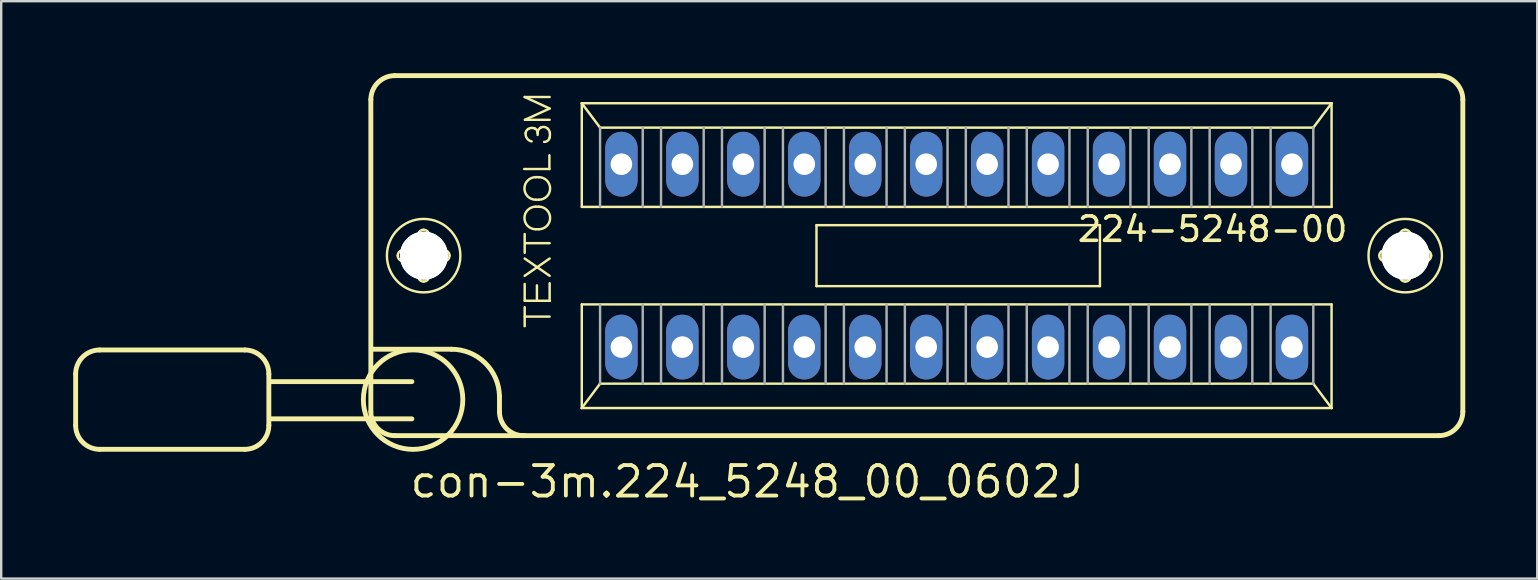
<source format=kicad_pcb>
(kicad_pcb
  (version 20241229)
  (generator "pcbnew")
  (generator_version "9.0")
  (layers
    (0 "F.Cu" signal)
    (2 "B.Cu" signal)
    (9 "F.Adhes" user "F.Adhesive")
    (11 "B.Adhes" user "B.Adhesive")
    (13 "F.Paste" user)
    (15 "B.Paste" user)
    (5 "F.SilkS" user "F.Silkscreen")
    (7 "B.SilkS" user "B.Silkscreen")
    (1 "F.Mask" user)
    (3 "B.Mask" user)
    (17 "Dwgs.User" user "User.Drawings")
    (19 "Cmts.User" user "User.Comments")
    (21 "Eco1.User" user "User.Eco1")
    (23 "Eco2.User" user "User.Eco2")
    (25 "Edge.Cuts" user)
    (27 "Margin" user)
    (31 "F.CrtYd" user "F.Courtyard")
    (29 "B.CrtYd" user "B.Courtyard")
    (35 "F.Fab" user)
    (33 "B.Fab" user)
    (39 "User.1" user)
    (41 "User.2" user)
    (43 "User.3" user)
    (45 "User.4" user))
  (footprint "con-3m.224_5248_00_0602J"
    (layer "F.Cu")
    (at 36.812 7.602)
    (property "Reference" "con-3m.224_5248_00_0602J" (at -22.86 10.16 0) (layer "F.SilkS") (effects (font (size 1.27 1.27) (thickness 0.16)) (justify left bottom)))
    (attr through_hole)
    (fp_line (start -36.71 4.93) (end -36.71 7.07) (stroke (width 0.203) (type default)) (layer "F.SilkS"))
    (fp_line (start -35.71 3.93) (end -29.66 3.93) (stroke (width 0.203) (type default)) (layer "F.SilkS"))
    (fp_line (start -29.66 8.07) (end -35.71 8.07) (stroke (width 0.203) (type default)) (layer "F.SilkS"))
    (fp_line (start -28.66 4.93) (end -28.66 7.07) (stroke (width 0.203) (type default)) (layer "F.SilkS"))
    (fp_line (start -24.41 6.5) (end -24.41 -6.5) (stroke (width 0.203) (type default)) (layer "F.SilkS"))
    (fp_line (start -24.3 3.9) (end -21.05 3.9) (stroke (width 0.203) (type default)) (layer "F.SilkS"))
    (fp_line (start -23.41 -7.5) (end 20.09 -7.5) (stroke (width 0.203) (type default)) (layer "F.SilkS"))
    (fp_line (start -23.06 -0.23) (end -22.51 -0.23) (stroke (width 0.102) (type default)) (layer "F.SilkS"))
    (fp_line (start -22.7 5.25) (end -28.61 5.25) (stroke (width 0.203) (type default)) (layer "F.SilkS"))
    (fp_line (start -22.7 6.8) (end -28.61 6.8) (stroke (width 0.203) (type default)) (layer "F.SilkS"))
    (fp_line (start -22.52 0.23) (end -23.06 0.23) (stroke (width 0.102) (type default)) (layer "F.SilkS"))
    (fp_line (start -22.44 -0.31) (end -22.44 -0.85) (stroke (width 0.102) (type default)) (layer "F.SilkS"))
    (fp_line (start -22.44 0.85) (end -22.44 0.3) (stroke (width 0.102) (type default)) (layer "F.SilkS"))
    (fp_line (start -21.98 -0.85) (end -21.98 -0.3) (stroke (width 0.102) (type default)) (layer "F.SilkS"))
    (fp_line (start -21.98 0.31) (end -21.98 0.85) (stroke (width 0.102) (type default)) (layer "F.SilkS"))
    (fp_line (start -21.9 -0.23) (end -21.36 -0.23) (stroke (width 0.102) (type default)) (layer "F.SilkS"))
    (fp_line (start -21.36 0.23) (end -21.91 0.23) (stroke (width 0.102) (type default)) (layer "F.SilkS"))
    (fp_line (start -19.05 5.85) (end -19.05 6.5) (stroke (width 0.203) (type default)) (layer "F.SilkS"))
    (fp_line (start -18.02 -3.61) (end -16.97 -3.61) (stroke (width 0.102) (type default)) (layer "F.SilkS"))
    (fp_line (start -18 -6.61) (end -16.96 -6.61) (stroke (width 0.102) (type default)) (layer "F.SilkS"))
    (fp_line (start -18 -0.12) (end -18 -0.9) (stroke (width 0.102) (type default)) (layer "F.SilkS"))
    (fp_line (start -18 0.12) (end -16.96 0.84) (stroke (width 0.102) (type default)) (layer "F.SilkS"))
    (fp_line (start -18 0.84) (end -16.96 0.12) (stroke (width 0.102) (type default)) (layer "F.SilkS"))
    (fp_line (start -18 1.18) (end -18 1.88) (stroke (width 0.102) (type default)) (layer "F.SilkS"))
    (fp_line (start -18 1.88) (end -16.96 1.88) (stroke (width 0.102) (type default)) (layer "F.SilkS"))
    (fp_line (start -18 2.94) (end -18 2.15) (stroke (width 0.102) (type default)) (layer "F.SilkS"))
    (fp_line (start -17.99 -5.66) (end -16.96 -6.13) (stroke (width 0.102) (type default)) (layer "F.SilkS"))
    (fp_line (start -17.99 2.54) (end -16.96 2.54) (stroke (width 0.102) (type default)) (layer "F.SilkS"))
    (fp_line (start -17.98 -0.52) (end -16.96 -0.52) (stroke (width 0.102) (type default)) (layer "F.SilkS"))
    (fp_line (start -17.54 -3.27) (end -17.41 -3.27) (stroke (width 0.102) (type default)) (layer "F.SilkS"))
    (fp_line (start -17.54 -2.33) (end -17.41 -2.33) (stroke (width 0.102) (type default)) (layer "F.SilkS"))
    (fp_line (start -17.54 -2.04) (end -17.41 -2.04) (stroke (width 0.102) (type default)) (layer "F.SilkS"))
    (fp_line (start -17.54 -1.1) (end -17.41 -1.1) (stroke (width 0.102) (type default)) (layer "F.SilkS"))
    (fp_line (start -17.49 1.24) (end -17.49 1.84) (stroke (width 0.102) (type default)) (layer "F.SilkS"))
    (fp_line (start -17.46 -5.03) (end -17.46 -5.12) (stroke (width 0.102) (type default)) (layer "F.SilkS"))
    (fp_line (start -16.97 -3.61) (end -16.97 -4.18) (stroke (width 0.102) (type default)) (layer "F.SilkS"))
    (fp_line (start -16.96 -6.13) (end -18 -6.61) (stroke (width 0.102) (type default)) (layer "F.SilkS"))
    (fp_line (start -16.96 -5.66) (end -17.99 -5.66) (stroke (width 0.102) (type default)) (layer "F.SilkS"))
    (fp_line (start -16.96 1.88) (end -16.96 1.15) (stroke (width 0.102) (type default)) (layer "F.SilkS"))
    (fp_line (start -15.621 -6.35) (end 15.621 -6.35) (stroke (width 0.102) (type default)) (layer "F.SilkS"))
    (fp_line (start -15.621 -2.032) (end -15.621 -6.35) (stroke (width 0.102) (type default)) (layer "F.SilkS"))
    (fp_line (start -15.621 2.032) (end 15.621 2.032) (stroke (width 0.102) (type default)) (layer "F.SilkS"))
    (fp_line (start -15.621 6.35) (end -15.621 2.032) (stroke (width 0.102) (type default)) (layer "F.SilkS"))
    (fp_line (start -15.621 6.35) (end -14.859 5.334) (stroke (width 0.102) (type default)) (layer "F.SilkS"))
    (fp_line (start -14.859 -5.334) (end -15.621 -6.35) (stroke (width 0.102) (type default)) (layer "F.SilkS"))
    (fp_line (start -14.859 5.334) (end 14.859 5.334) (stroke (width 0.102) (type default)) (layer "F.SilkS"))
    (fp_line (start -5.842 -1.27) (end 5.969 -1.27) (stroke (width 0.102) (type default)) (layer "F.SilkS"))
    (fp_line (start -5.842 1.27) (end -5.842 -1.27) (stroke (width 0.102) (type default)) (layer "F.SilkS"))
    (fp_line (start 5.969 -1.27) (end 5.969 1.27) (stroke (width 0.102) (type default)) (layer "F.SilkS"))
    (fp_line (start 5.969 1.27) (end -5.842 1.27) (stroke (width 0.102) (type default)) (layer "F.SilkS"))
    (fp_line (start 14.859 -5.334) (end -14.859 -5.334) (stroke (width 0.102) (type default)) (layer "F.SilkS"))
    (fp_line (start 14.859 5.334) (end 15.621 6.35) (stroke (width 0.102) (type default)) (layer "F.SilkS"))
    (fp_line (start 15.621 -6.35) (end 14.859 -5.334) (stroke (width 0.102) (type default)) (layer "F.SilkS"))
    (fp_line (start 15.621 -6.35) (end 15.621 -2.032) (stroke (width 0.102) (type default)) (layer "F.SilkS"))
    (fp_line (start 15.621 -2.032) (end -15.621 -2.032) (stroke (width 0.102) (type default)) (layer "F.SilkS"))
    (fp_line (start 15.621 2.032) (end 15.621 6.35) (stroke (width 0.102) (type default)) (layer "F.SilkS"))
    (fp_line (start 15.621 6.35) (end -15.621 6.35) (stroke (width 0.102) (type default)) (layer "F.SilkS"))
    (fp_line (start 17.84 -0.23) (end 18.39 -0.23) (stroke (width 0.102) (type default)) (layer "F.SilkS"))
    (fp_line (start 18.38 0.23) (end 17.84 0.23) (stroke (width 0.102) (type default)) (layer "F.SilkS"))
    (fp_line (start 18.46 -0.31) (end 18.46 -0.85) (stroke (width 0.102) (type default)) (layer "F.SilkS"))
    (fp_line (start 18.46 0.85) (end 18.46 0.3) (stroke (width 0.102) (type default)) (layer "F.SilkS"))
    (fp_line (start 18.92 -0.85) (end 18.92 -0.3) (stroke (width 0.102) (type default)) (layer "F.SilkS"))
    (fp_line (start 18.92 0.31) (end 18.92 0.85) (stroke (width 0.102) (type default)) (layer "F.SilkS"))
    (fp_line (start 19 -0.23) (end 19.54 -0.23) (stroke (width 0.102) (type default)) (layer "F.SilkS"))
    (fp_line (start 19.54 0.23) (end 18.99 0.23) (stroke (width 0.102) (type default)) (layer "F.SilkS"))
    (fp_line (start 20.09 7.5) (end -23.41 7.5) (stroke (width 0.203) (type default)) (layer "F.SilkS"))
    (fp_line (start 21.09 -6.5) (end 21.09 6.5) (stroke (width 0.203) (type default)) (layer "F.SilkS"))
    (fp_arc (start -36.71 4.93) (mid -36.417107 4.222893) (end -35.71 3.93) (stroke (width 0.2032) (type default)) (layer "F.SilkS"))
    (fp_arc (start -35.71 8.07) (mid -36.417107 7.777107) (end -36.71 7.07) (stroke (width 0.2032) (type default)) (layer "F.SilkS"))
    (fp_arc (start -29.66 3.93) (mid -28.952893 4.222893) (end -28.66 4.93) (stroke (width 0.2032) (type default)) (layer "F.SilkS"))
    (fp_arc (start -28.66 7.07) (mid -28.952893 7.777107) (end -29.66 8.07) (stroke (width 0.2032) (type default)) (layer "F.SilkS"))
    (fp_arc (start -24.41 -6.5) (mid -24.117107 -7.207107) (end -23.41 -7.5) (stroke (width 0.2032) (type default)) (layer "F.SilkS"))
    (fp_arc (start -23.41 7.5) (mid -24.117107 7.207107) (end -24.41 6.5) (stroke (width 0.2032) (type default)) (layer "F.SilkS"))
    (fp_arc (start -23.29 0) (mid -23.222635 -0.162635) (end -23.06 -0.23) (stroke (width 0.1016) (type default)) (layer "F.SilkS"))
    (fp_arc (start -23.06 0.23) (mid -23.222635 0.162635) (end -23.29 0) (stroke (width 0.1016) (type default)) (layer "F.SilkS"))
    (fp_arc (start -22.52 0.23) (mid -22.470503 0.250503) (end -22.45 0.3) (stroke (width 0.1016) (type default)) (layer "F.SilkS"))
    (fp_arc (start -22.44 -0.85) (mid -22.372635 -1.012635) (end -22.21 -1.08) (stroke (width 0.1016) (type default)) (layer "F.SilkS"))
    (fp_arc (start -22.44 -0.3) (mid -22.460503 -0.250503) (end -22.51 -0.23) (stroke (width 0.1016) (type default)) (layer "F.SilkS"))
    (fp_arc (start -22.21 -1.08) (mid -22.047365 -1.012635) (end -21.98 -0.85) (stroke (width 0.1016) (type default)) (layer "F.SilkS"))
    (fp_arc (start -22.21 1.08) (mid -22.372635 1.012635) (end -22.44 0.85) (stroke (width 0.1016) (type default)) (layer "F.SilkS"))
    (fp_arc (start -21.98 0.3) (mid -21.959497 0.250503) (end -21.91 0.23) (stroke (width 0.1016) (type default)) (layer "F.SilkS"))
    (fp_arc (start -21.98 0.85) (mid -22.047365 1.012635) (end -22.21 1.08) (stroke (width 0.1016) (type default)) (layer "F.SilkS"))
    (fp_arc (start -21.91 -0.23) (mid -21.959497 -0.250503) (end -21.98 -0.3) (stroke (width 0.1016) (type default)) (layer "F.SilkS"))
    (fp_arc (start -21.36 -0.23) (mid -21.197365 -0.162635) (end -21.13 0) (stroke (width 0.1016) (type default)) (layer "F.SilkS"))
    (fp_arc (start -21.13 0) (mid -21.197365 0.162635) (end -21.36 0.23) (stroke (width 0.1016) (type default)) (layer "F.SilkS"))
    (fp_arc (start -21.05 3.9) (mid -19.653341 4.46817) (end -19.05 5.85) (stroke (width 0.2032) (type default)) (layer "F.SilkS"))
    (fp_arc (start -18 7.5) (mid -18.739286 7.225) (end -19.05 6.5) (stroke (width 0.2032) (type default)) (layer "F.SilkS"))
    (fp_arc (start -17.96 -5.11) (mid -17.924621 -5.207696) (end -17.85 -5.28) (stroke (width 0.1016) (type default)) (layer "F.SilkS"))
    (fp_arc (start -17.85 -5.28) (mid -17.717382 -5.322157) (end -17.58 -5.3) (stroke (width 0.1016) (type default)) (layer "F.SilkS"))
    (fp_arc (start -17.71 -4.76) (mid -17.90297 -4.88645) (end -17.96 -5.11) (stroke (width 0.1016) (type default)) (layer "F.SilkS"))
    (fp_arc (start -17.58 -5.3) (mid -17.49275 -5.228167) (end -17.46 -5.12) (stroke (width 0.1016) (type default)) (layer "F.SilkS"))
    (fp_arc (start -17.54 -2.33) (mid -18.01 -2.8) (end -17.54 -3.27) (stroke (width 0.1016) (type default)) (layer "F.SilkS"))
    (fp_arc (start -17.54 -1.1) (mid -18.01 -1.57) (end -17.54 -2.04) (stroke (width 0.1016) (type default)) (layer "F.SilkS"))
    (fp_arc (start -17.46 -5.12) (mid -17.427891 -5.240938) (end -17.34 -5.33) (stroke (width 0.1016) (type default)) (layer "F.SilkS"))
    (fp_arc (start -17.41 -3.27) (mid -16.94 -2.8) (end -17.41 -2.33) (stroke (width 0.1016) (type default)) (layer "F.SilkS"))
    (fp_arc (start -17.41 -2.04) (mid -16.94 -1.57) (end -17.41 -1.1) (stroke (width 0.1016) (type default)) (layer "F.SilkS"))
    (fp_arc (start -17.34 -5.33) (mid -17.196886 -5.363595) (end -17.06 -5.31) (stroke (width 0.1016) (type default)) (layer "F.SilkS"))
    (fp_arc (start -17.06 -5.31) (mid -16.985084 -5.220954) (end -16.95 -5.11) (stroke (width 0.1016) (type default)) (layer "F.SilkS"))
    (fp_arc (start -16.96 -4.92) (mid -17.042524 -4.788503) (end -17.19 -4.74) (stroke (width 0.1016) (type default)) (layer "F.SilkS"))
    (fp_arc (start -16.95 -5.11) (mid -16.947277 -5.014594) (end -16.96 -4.92) (stroke (width 0.1016) (type default)) (layer "F.SilkS"))
    (fp_arc (start 17.61 0) (mid 17.677365 -0.162635) (end 17.84 -0.23) (stroke (width 0.1016) (type default)) (layer "F.SilkS"))
    (fp_arc (start 17.84 0.23) (mid 17.677365 0.162635) (end 17.61 0) (stroke (width 0.1016) (type default)) (layer "F.SilkS"))
    (fp_arc (start 18.38 0.23) (mid 18.429497 0.250503) (end 18.45 0.3) (stroke (width 0.1016) (type default)) (layer "F.SilkS"))
    (fp_arc (start 18.46 -0.85) (mid 18.527365 -1.012635) (end 18.69 -1.08) (stroke (width 0.1016) (type default)) (layer "F.SilkS"))
    (fp_arc (start 18.46 -0.3) (mid 18.439497 -0.250503) (end 18.39 -0.23) (stroke (width 0.1016) (type default)) (layer "F.SilkS"))
    (fp_arc (start 18.69 -1.08) (mid 18.852635 -1.012635) (end 18.92 -0.85) (stroke (width 0.1016) (type default)) (layer "F.SilkS"))
    (fp_arc (start 18.69 1.08) (mid 18.527365 1.012635) (end 18.46 0.85) (stroke (width 0.1016) (type default)) (layer "F.SilkS"))
    (fp_arc (start 18.92 0.3) (mid 18.940503 0.250503) (end 18.99 0.23) (stroke (width 0.1016) (type default)) (layer "F.SilkS"))
    (fp_arc (start 18.92 0.85) (mid 18.852635 1.012635) (end 18.69 1.08) (stroke (width 0.1016) (type default)) (layer "F.SilkS"))
    (fp_arc (start 18.99 -0.23) (mid 18.940503 -0.250503) (end 18.92 -0.3) (stroke (width 0.1016) (type default)) (layer "F.SilkS"))
    (fp_arc (start 19.54 -0.23) (mid 19.702635 -0.162635) (end 19.77 0) (stroke (width 0.1016) (type default)) (layer "F.SilkS"))
    (fp_arc (start 19.77 0) (mid 19.702635 0.162635) (end 19.54 0.23) (stroke (width 0.1016) (type default)) (layer "F.SilkS"))
    (fp_arc (start 20.09 -7.5) (mid 20.797107 -7.207107) (end 21.09 -6.5) (stroke (width 0.2032) (type default)) (layer "F.SilkS"))
    (fp_arc (start 21.09 6.5) (mid 20.797107 7.207107) (end 20.09 7.5) (stroke (width 0.2032) (type default)) (layer "F.SilkS"))
    (fp_circle (center -22.65 6) (end -20.578 6) (stroke (width 0.203) (type default)) (fill no) (layer "F.SilkS"))
    (fp_circle (center -22.21 0) (end -20.68 0) (stroke (width 0.102) (type default)) (fill no) (layer "F.SilkS"))
    (fp_circle (center 18.69 0) (end 20.22 0) (stroke (width 0.102) (type default)) (fill no) (layer "F.SilkS"))
    (fp_line (start -14.859 -5.334) (end -14.859 -2.032) (stroke (width 0.102) (type default)) (layer "F.Fab"))
    (fp_line (start -14.859 2.032) (end -14.859 5.334) (stroke (width 0.102) (type default)) (layer "F.Fab"))
    (fp_line (start -13.081 -2.032) (end -13.081 -5.334) (stroke (width 0.102) (type default)) (layer "F.Fab"))
    (fp_line (start -13.081 2.032) (end -13.081 5.334) (stroke (width 0.102) (type default)) (layer "F.Fab"))
    (fp_line (start -12.319 -2.032) (end -12.319 -5.334) (stroke (width 0.102) (type default)) (layer "F.Fab"))
    (fp_line (start -12.319 2.032) (end -12.319 5.334) (stroke (width 0.102) (type default)) (layer "F.Fab"))
    (fp_line (start -10.541 -2.032) (end -10.541 -5.334) (stroke (width 0.102) (type default)) (layer "F.Fab"))
    (fp_line (start -10.541 2.032) (end -10.541 5.334) (stroke (width 0.102) (type default)) (layer "F.Fab"))
    (fp_line (start -9.779 -2.032) (end -9.779 -5.334) (stroke (width 0.102) (type default)) (layer "F.Fab"))
    (fp_line (start -9.779 2.032) (end -9.779 5.334) (stroke (width 0.102) (type default)) (layer "F.Fab"))
    (fp_line (start -8.001 -2.032) (end -8.001 -5.334) (stroke (width 0.102) (type default)) (layer "F.Fab"))
    (fp_line (start -8.001 2.032) (end -8.001 5.334) (stroke (width 0.102) (type default)) (layer "F.Fab"))
    (fp_line (start -7.239 -2.032) (end -7.239 -5.334) (stroke (width 0.102) (type default)) (layer "F.Fab"))
    (fp_line (start -7.239 2.032) (end -7.239 5.334) (stroke (width 0.102) (type default)) (layer "F.Fab"))
    (fp_line (start -5.461 -2.032) (end -5.461 -5.334) (stroke (width 0.102) (type default)) (layer "F.Fab"))
    (fp_line (start -5.461 2.032) (end -5.461 5.334) (stroke (width 0.102) (type default)) (layer "F.Fab"))
    (fp_line (start -4.699 -2.032) (end -4.699 -5.334) (stroke (width 0.102) (type default)) (layer "F.Fab"))
    (fp_line (start -4.699 2.032) (end -4.699 5.334) (stroke (width 0.102) (type default)) (layer "F.Fab"))
    (fp_line (start -2.921 -2.032) (end -2.921 -5.334) (stroke (width 0.102) (type default)) (layer "F.Fab"))
    (fp_line (start -2.921 2.032) (end -2.921 5.334) (stroke (width 0.102) (type default)) (layer "F.Fab"))
    (fp_line (start -2.159 -2.032) (end -2.159 -5.334) (stroke (width 0.102) (type default)) (layer "F.Fab"))
    (fp_line (start -2.159 2.032) (end -2.159 5.334) (stroke (width 0.102) (type default)) (layer "F.Fab"))
    (fp_line (start -0.381 -2.032) (end -0.381 -5.334) (stroke (width 0.102) (type default)) (layer "F.Fab"))
    (fp_line (start -0.381 2.032) (end -0.381 5.334) (stroke (width 0.102) (type default)) (layer "F.Fab"))
    (fp_line (start 0.381 -2.032) (end 0.381 -5.334) (stroke (width 0.102) (type default)) (layer "F.Fab"))
    (fp_line (start 0.381 2.032) (end 0.381 5.334) (stroke (width 0.102) (type default)) (layer "F.Fab"))
    (fp_line (start 2.159 -2.032) (end 2.159 -5.334) (stroke (width 0.102) (type default)) (layer "F.Fab"))
    (fp_line (start 2.159 2.032) (end 2.159 5.334) (stroke (width 0.102) (type default)) (layer "F.Fab"))
    (fp_line (start 2.921 -2.032) (end 2.921 -5.334) (stroke (width 0.102) (type default)) (layer "F.Fab"))
    (fp_line (start 2.921 2.032) (end 2.921 5.334) (stroke (width 0.102) (type default)) (layer "F.Fab"))
    (fp_line (start 4.699 -2.032) (end 4.699 -5.334) (stroke (width 0.102) (type default)) (layer "F.Fab"))
    (fp_line (start 4.699 2.032) (end 4.699 5.334) (stroke (width 0.102) (type default)) (layer "F.Fab"))
    (fp_line (start 5.461 -2.032) (end 5.461 -5.334) (stroke (width 0.102) (type default)) (layer "F.Fab"))
    (fp_line (start 5.461 2.032) (end 5.461 5.334) (stroke (width 0.102) (type default)) (layer "F.Fab"))
    (fp_line (start 7.239 -2.032) (end 7.239 -5.334) (stroke (width 0.102) (type default)) (layer "F.Fab"))
    (fp_line (start 7.239 2.032) (end 7.239 5.334) (stroke (width 0.102) (type default)) (layer "F.Fab"))
    (fp_line (start 8.001 -2.032) (end 8.001 -5.334) (stroke (width 0.102) (type default)) (layer "F.Fab"))
    (fp_line (start 8.001 2.032) (end 8.001 5.334) (stroke (width 0.102) (type default)) (layer "F.Fab"))
    (fp_line (start 9.779 -2.032) (end 9.779 -5.334) (stroke (width 0.102) (type default)) (layer "F.Fab"))
    (fp_line (start 9.779 2.032) (end 9.779 5.334) (stroke (width 0.102) (type default)) (layer "F.Fab"))
    (fp_line (start 10.541 -2.032) (end 10.541 -5.334) (stroke (width 0.102) (type default)) (layer "F.Fab"))
    (fp_line (start 10.541 2.032) (end 10.541 5.334) (stroke (width 0.102) (type default)) (layer "F.Fab"))
    (fp_line (start 12.319 -2.032) (end 12.319 -5.334) (stroke (width 0.102) (type default)) (layer "F.Fab"))
    (fp_line (start 12.319 2.032) (end 12.319 5.334) (stroke (width 0.102) (type default)) (layer "F.Fab"))
    (fp_line (start 13.081 -2.032) (end 13.081 -5.334) (stroke (width 0.102) (type default)) (layer "F.Fab"))
    (fp_line (start 13.081 2.032) (end 13.081 5.334) (stroke (width 0.102) (type default)) (layer "F.Fab"))
    (fp_line (start 14.859 -2.032) (end 14.859 -5.334) (stroke (width 0.102) (type default)) (layer "F.Fab"))
    (fp_line (start 14.859 5.334) (end 14.859 2.032) (stroke (width 0.102) (type default)) (layer "F.Fab"))
    (fp_text user "224-5248-00" (at 4.953 -0.508 180) (layer "F.SilkS") (effects (font (size 1.016 1.016) (thickness 0.15)) (justify left bottom)))
    (pad "" np_thru_hole circle (at -22.2 0) (size 2 2) (drill 2) (layers "*.Cu" "*.Mask"))
    (pad "" np_thru_hole circle (at -22.2 0) (size 2 2) (drill 2) (layers "*.Cu" "*.Mask"))
    (pad "" np_thru_hole circle (at 18.7 0) (size 2 2) (drill 2) (layers "*.Cu" "*.Mask"))
    (pad "" np_thru_hole circle (at 18.7 0) (size 2 2) (drill 2) (layers "*.Cu" "*.Mask"))
    (pad "1" thru_hole oval (at -13.97 3.81 90) (size 2.7 1.35) (drill 0.9) (layers "*.Cu" "*.Mask"))
    (pad "2" thru_hole oval (at -11.43 3.81 90) (size 2.7 1.35) (drill 0.9) (layers "*.Cu" "*.Mask"))
    (pad "3" thru_hole oval (at -8.89 3.81 90) (size 2.7 1.35) (drill 0.9) (layers "*.Cu" "*.Mask"))
    (pad "4" thru_hole oval (at -6.35 3.81 90) (size 2.7 1.35) (drill 0.9) (layers "*.Cu" "*.Mask"))
    (pad "5" thru_hole oval (at -3.81 3.81 90) (size 2.7 1.35) (drill 0.9) (layers "*.Cu" "*.Mask"))
    (pad "6" thru_hole oval (at -1.27 3.81 90) (size 2.7 1.35) (drill 0.9) (layers "*.Cu" "*.Mask"))
    (pad "7" thru_hole oval (at 1.27 3.81 90) (size 2.7 1.35) (drill 0.9) (layers "*.Cu" "*.Mask"))
    (pad "8" thru_hole oval (at 3.81 3.81 90) (size 2.7 1.35) (drill 0.9) (layers "*.Cu" "*.Mask"))
    (pad "9" thru_hole oval (at 6.35 3.81 90) (size 2.7 1.35) (drill 0.9) (layers "*.Cu" "*.Mask"))
    (pad "10" thru_hole oval (at 8.89 3.81 90) (size 2.7 1.35) (drill 0.9) (layers "*.Cu" "*.Mask"))
    (pad "11" thru_hole oval (at 11.43 3.81 90) (size 2.7 1.35) (drill 0.9) (layers "*.Cu" "*.Mask"))
    (pad "12" thru_hole oval (at 13.97 3.81 90) (size 2.7 1.35) (drill 0.9) (layers "*.Cu" "*.Mask"))
    (pad "13" thru_hole oval (at 13.97 -3.81 90) (size 2.7 1.35) (drill 0.9) (layers "*.Cu" "*.Mask"))
    (pad "14" thru_hole oval (at 11.43 -3.81 90) (size 2.7 1.35) (drill 0.9) (layers "*.Cu" "*.Mask"))
    (pad "15" thru_hole oval (at 8.89 -3.81 90) (size 2.7 1.35) (drill 0.9) (layers "*.Cu" "*.Mask"))
    (pad "16" thru_hole oval (at 6.35 -3.81 90) (size 2.7 1.35) (drill 0.9) (layers "*.Cu" "*.Mask"))
    (pad "17" thru_hole oval (at 3.81 -3.81 90) (size 2.7 1.35) (drill 0.9) (layers "*.Cu" "*.Mask"))
    (pad "18" thru_hole oval (at 1.27 -3.81 90) (size 2.7 1.35) (drill 0.9) (layers "*.Cu" "*.Mask"))
    (pad "19" thru_hole oval (at -1.27 -3.81 90) (size 2.7 1.35) (drill 0.9) (layers "*.Cu" "*.Mask"))
    (pad "20" thru_hole oval (at -3.81 -3.81 90) (size 2.7 1.35) (drill 0.9) (layers "*.Cu" "*.Mask"))
    (pad "21" thru_hole oval (at -6.35 -3.81 90) (size 2.7 1.35) (drill 0.9) (layers "*.Cu" "*.Mask"))
    (pad "22" thru_hole oval (at -8.89 -3.81 90) (size 2.7 1.35) (drill 0.9) (layers "*.Cu" "*.Mask"))
    (pad "23" thru_hole oval (at -11.43 -3.81 90) (size 2.7 1.35) (drill 0.9) (layers "*.Cu" "*.Mask"))
    (pad "24" thru_hole oval (at -13.97 -3.81 90) (size 2.7 1.35) (drill 0.9) (layers "*.Cu" "*.Mask")))
  (gr_rect
    (start -3 -3)
    (end 61.003 21.059)
    (stroke (width 0.1) (type default))
    (fill no)
    (layer "Edge.Cuts")))
</source>
